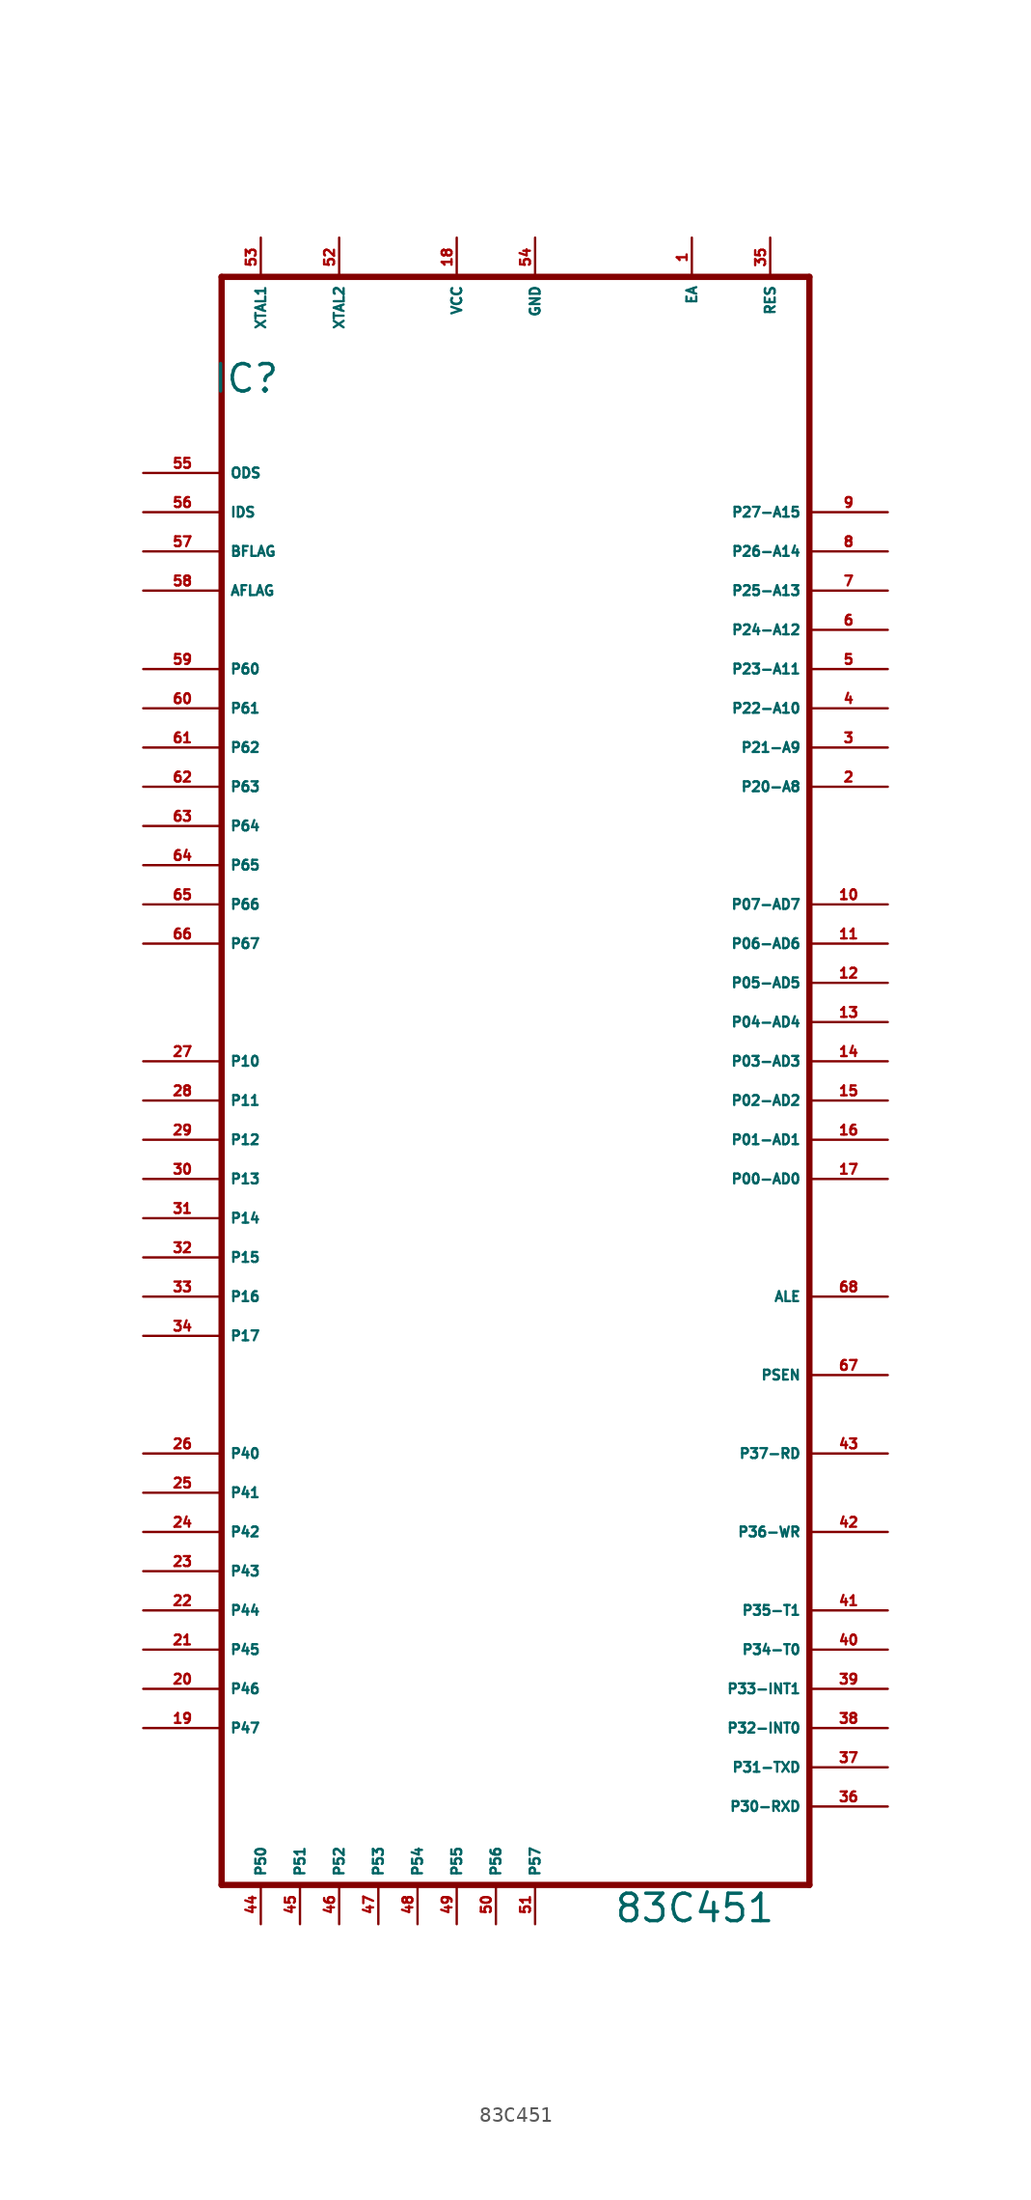
<source format=kicad_sym>
(kicad_symbol_lib
  (version 20220914)
  (generator Eagle2Kicad)
  (symbol "83C451"
    (property "Reference" "IC"
      (at -20.955 43.18 0)
      (effects (font (size 1.778 1.778) (thickness 0.22)) (justify left bottom)))
    (property "Value" "83C451"
      (at 5.08 -55.88 0)
      (effects (font (size 1.778 1.778) (thickness 0.22)) (justify left bottom)))
    (polyline
      (pts (xy 17.78 50.8) (xy 17.78 -53.34))
      (stroke (width 0.406) (type default))
      (fill (type none)))
    (polyline
      (pts (xy -20.32 -53.34) (xy 17.78 -53.34))
      (stroke (width 0.406) (type default))
      (fill (type none)))
    (polyline
      (pts (xy -20.32 -53.34) (xy -20.32 50.8))
      (stroke (width 0.406) (type default))
      (fill (type none)))
    (polyline
      (pts (xy 17.78 50.8) (xy -20.32 50.8))
      (stroke (width 0.406) (type default))
      (fill (type none)))
    (pin input line
      (at -12.7 53.34 270)
      (length 2.54)
      (name "XTAL2" (effects (font (size 0.635 0.635) (thickness 0.08)) (justify left bottom)))
      (number "52" (effects (font (size 0.635 0.635) (thickness 0.08)) (justify left bottom))))
    (pin input line
      (at -17.78 53.34 270)
      (length 2.54)
      (name "XTAL1" (effects (font (size 0.635 0.635) (thickness 0.08)) (justify left bottom)))
      (number "53" (effects (font (size 0.635 0.635) (thickness 0.08)) (justify left bottom))))
    (pin input line
      (at 10.16 53.34 270)
      (length 2.54)
      (name "EA" (effects (font (size 0.635 0.635) (thickness 0.08)) (justify left bottom)))
      (number "1" (effects (font (size 0.635 0.635) (thickness 0.08)) (justify left bottom))))
    (pin bidirectional line
      (at 22.86 35.56 180)
      (length 5.08)
      (name "P27-A15" (effects (font (size 0.635 0.635) (thickness 0.08)) (justify left bottom)))
      (number "9" (effects (font (size 0.635 0.635) (thickness 0.08)) (justify left bottom))))
    (pin bidirectional line
      (at 22.86 33.02 180)
      (length 5.08)
      (name "P26-A14" (effects (font (size 0.635 0.635) (thickness 0.08)) (justify left bottom)))
      (number "8" (effects (font (size 0.635 0.635) (thickness 0.08)) (justify left bottom))))
    (pin bidirectional line
      (at 22.86 30.48 180)
      (length 5.08)
      (name "P25-A13" (effects (font (size 0.635 0.635) (thickness 0.08)) (justify left bottom)))
      (number "7" (effects (font (size 0.635 0.635) (thickness 0.08)) (justify left bottom))))
    (pin bidirectional line
      (at 22.86 27.94 180)
      (length 5.08)
      (name "P24-A12" (effects (font (size 0.635 0.635) (thickness 0.08)) (justify left bottom)))
      (number "6" (effects (font (size 0.635 0.635) (thickness 0.08)) (justify left bottom))))
    (pin bidirectional line
      (at 22.86 25.4 180)
      (length 5.08)
      (name "P23-A11" (effects (font (size 0.635 0.635) (thickness 0.08)) (justify left bottom)))
      (number "5" (effects (font (size 0.635 0.635) (thickness 0.08)) (justify left bottom))))
    (pin bidirectional line
      (at 22.86 22.86 180)
      (length 5.08)
      (name "P22-A10" (effects (font (size 0.635 0.635) (thickness 0.08)) (justify left bottom)))
      (number "4" (effects (font (size 0.635 0.635) (thickness 0.08)) (justify left bottom))))
    (pin bidirectional line
      (at 22.86 20.32 180)
      (length 5.08)
      (name "P21-A9" (effects (font (size 0.635 0.635) (thickness 0.08)) (justify left bottom)))
      (number "3" (effects (font (size 0.635 0.635) (thickness 0.08)) (justify left bottom))))
    (pin bidirectional line
      (at 22.86 17.78 180)
      (length 5.08)
      (name "P20-A8" (effects (font (size 0.635 0.635) (thickness 0.08)) (justify left bottom)))
      (number "2" (effects (font (size 0.635 0.635) (thickness 0.08)) (justify left bottom))))
    (pin bidirectional line
      (at 22.86 10.16 180)
      (length 5.08)
      (name "P07-AD7" (effects (font (size 0.635 0.635) (thickness 0.08)) (justify left bottom)))
      (number "10" (effects (font (size 0.635 0.635) (thickness 0.08)) (justify left bottom))))
    (pin bidirectional line
      (at 22.86 7.62 180)
      (length 5.08)
      (name "P06-AD6" (effects (font (size 0.635 0.635) (thickness 0.08)) (justify left bottom)))
      (number "11" (effects (font (size 0.635 0.635) (thickness 0.08)) (justify left bottom))))
    (pin bidirectional line
      (at 22.86 5.08 180)
      (length 5.08)
      (name "P05-AD5" (effects (font (size 0.635 0.635) (thickness 0.08)) (justify left bottom)))
      (number "12" (effects (font (size 0.635 0.635) (thickness 0.08)) (justify left bottom))))
    (pin bidirectional line
      (at 22.86 2.54 180)
      (length 5.08)
      (name "P04-AD4" (effects (font (size 0.635 0.635) (thickness 0.08)) (justify left bottom)))
      (number "13" (effects (font (size 0.635 0.635) (thickness 0.08)) (justify left bottom))))
    (pin bidirectional line
      (at 22.86 0 180)
      (length 5.08)
      (name "P03-AD3" (effects (font (size 0.635 0.635) (thickness 0.08)) (justify left bottom)))
      (number "14" (effects (font (size 0.635 0.635) (thickness 0.08)) (justify left bottom))))
    (pin bidirectional line
      (at 22.86 -2.54 180)
      (length 5.08)
      (name "P02-AD2" (effects (font (size 0.635 0.635) (thickness 0.08)) (justify left bottom)))
      (number "15" (effects (font (size 0.635 0.635) (thickness 0.08)) (justify left bottom))))
    (pin bidirectional line
      (at 22.86 -5.08 180)
      (length 5.08)
      (name "P01-AD1" (effects (font (size 0.635 0.635) (thickness 0.08)) (justify left bottom)))
      (number "16" (effects (font (size 0.635 0.635) (thickness 0.08)) (justify left bottom))))
    (pin bidirectional line
      (at 22.86 -7.62 180)
      (length 5.08)
      (name "P00-AD0" (effects (font (size 0.635 0.635) (thickness 0.08)) (justify left bottom)))
      (number "17" (effects (font (size 0.635 0.635) (thickness 0.08)) (justify left bottom))))
    (pin output line
      (at 22.86 -15.24 180)
      (length 5.08)
      (name "ALE" (effects (font (size 0.635 0.635) (thickness 0.08)) (justify left bottom)))
      (number "68" (effects (font (size 0.635 0.635) (thickness 0.08)) (justify left bottom))))
    (pin output line
      (at 22.86 -20.32 180)
      (length 5.08)
      (name "PSEN" (effects (font (size 0.635 0.635) (thickness 0.08)) (justify left bottom)))
      (number "67" (effects (font (size 0.635 0.635) (thickness 0.08)) (justify left bottom))))
    (pin bidirectional line
      (at 22.86 -25.4 180)
      (length 5.08)
      (name "P37-RD" (effects (font (size 0.635 0.635) (thickness 0.08)) (justify left bottom)))
      (number "43" (effects (font (size 0.635 0.635) (thickness 0.08)) (justify left bottom))))
    (pin bidirectional line
      (at 22.86 -30.48 180)
      (length 5.08)
      (name "P36-WR" (effects (font (size 0.635 0.635) (thickness 0.08)) (justify left bottom)))
      (number "42" (effects (font (size 0.635 0.635) (thickness 0.08)) (justify left bottom))))
    (pin unspecified line
      (at -5.08 53.34 270)
      (length 2.54)
      (name "VCC" (effects (font (size 0.635 0.635) (thickness 0.08)) (justify left bottom)))
      (number "18" (effects (font (size 0.635 0.635) (thickness 0.08)) (justify left bottom))))
    (pin unspecified line
      (at 0 53.34 270)
      (length 2.54)
      (name "GND" (effects (font (size 0.635 0.635) (thickness 0.08)) (justify left bottom)))
      (number "54" (effects (font (size 0.635 0.635) (thickness 0.08)) (justify left bottom))))
    (pin bidirectional line
      (at -25.4 -2.54 0)
      (length 5.08)
      (name "P11" (effects (font (size 0.635 0.635) (thickness 0.08)) (justify left bottom)))
      (number "28" (effects (font (size 0.635 0.635) (thickness 0.08)) (justify left bottom))))
    (pin input line
      (at 15.24 53.34 270)
      (length 2.54)
      (name "RES" (effects (font (size 0.635 0.635) (thickness 0.08)) (justify left bottom)))
      (number "35" (effects (font (size 0.635 0.635) (thickness 0.08)) (justify left bottom))))
    (pin bidirectional line
      (at -25.4 -7.62 0)
      (length 5.08)
      (name "P13" (effects (font (size 0.635 0.635) (thickness 0.08)) (justify left bottom)))
      (number "30" (effects (font (size 0.635 0.635) (thickness 0.08)) (justify left bottom))))
    (pin bidirectional line
      (at -25.4 -10.16 0)
      (length 5.08)
      (name "P14" (effects (font (size 0.635 0.635) (thickness 0.08)) (justify left bottom)))
      (number "31" (effects (font (size 0.635 0.635) (thickness 0.08)) (justify left bottom))))
    (pin bidirectional line
      (at -25.4 -12.7 0)
      (length 5.08)
      (name "P15" (effects (font (size 0.635 0.635) (thickness 0.08)) (justify left bottom)))
      (number "32" (effects (font (size 0.635 0.635) (thickness 0.08)) (justify left bottom))))
    (pin bidirectional line
      (at -25.4 -15.24 0)
      (length 5.08)
      (name "P16" (effects (font (size 0.635 0.635) (thickness 0.08)) (justify left bottom)))
      (number "33" (effects (font (size 0.635 0.635) (thickness 0.08)) (justify left bottom))))
    (pin bidirectional line
      (at -25.4 -17.78 0)
      (length 5.08)
      (name "P17" (effects (font (size 0.635 0.635) (thickness 0.08)) (justify left bottom)))
      (number "34" (effects (font (size 0.635 0.635) (thickness 0.08)) (justify left bottom))))
    (pin bidirectional line
      (at 22.86 -48.26 180)
      (length 5.08)
      (name "P30-RXD" (effects (font (size 0.635 0.635) (thickness 0.08)) (justify left bottom)))
      (number "36" (effects (font (size 0.635 0.635) (thickness 0.08)) (justify left bottom))))
    (pin bidirectional line
      (at 22.86 -45.72 180)
      (length 5.08)
      (name "P31-TXD" (effects (font (size 0.635 0.635) (thickness 0.08)) (justify left bottom)))
      (number "37" (effects (font (size 0.635 0.635) (thickness 0.08)) (justify left bottom))))
    (pin bidirectional line
      (at 22.86 -43.18 180)
      (length 5.08)
      (name "P32-INT0" (effects (font (size 0.635 0.635) (thickness 0.08)) (justify left bottom)))
      (number "38" (effects (font (size 0.635 0.635) (thickness 0.08)) (justify left bottom))))
    (pin bidirectional line
      (at 22.86 -40.64 180)
      (length 5.08)
      (name "P33-INT1" (effects (font (size 0.635 0.635) (thickness 0.08)) (justify left bottom)))
      (number "39" (effects (font (size 0.635 0.635) (thickness 0.08)) (justify left bottom))))
    (pin bidirectional line
      (at 22.86 -38.1 180)
      (length 5.08)
      (name "P34-T0" (effects (font (size 0.635 0.635) (thickness 0.08)) (justify left bottom)))
      (number "40" (effects (font (size 0.635 0.635) (thickness 0.08)) (justify left bottom))))
    (pin bidirectional line
      (at 22.86 -35.56 180)
      (length 5.08)
      (name "P35-T1" (effects (font (size 0.635 0.635) (thickness 0.08)) (justify left bottom)))
      (number "41" (effects (font (size 0.635 0.635) (thickness 0.08)) (justify left bottom))))
    (pin bidirectional line
      (at -25.4 -5.08 0)
      (length 5.08)
      (name "P12" (effects (font (size 0.635 0.635) (thickness 0.08)) (justify left bottom)))
      (number "29" (effects (font (size 0.635 0.635) (thickness 0.08)) (justify left bottom))))
    (pin bidirectional line
      (at -25.4 0 0)
      (length 5.08)
      (name "P10" (effects (font (size 0.635 0.635) (thickness 0.08)) (justify left bottom)))
      (number "27" (effects (font (size 0.635 0.635) (thickness 0.08)) (justify left bottom))))
    (pin bidirectional line
      (at -2.54 -55.88 90)
      (length 2.54)
      (name "P56" (effects (font (size 0.635 0.635) (thickness 0.08)) (justify left bottom)))
      (number "50" (effects (font (size 0.635 0.635) (thickness 0.08)) (justify left bottom))))
    (pin bidirectional line
      (at -5.08 -55.88 90)
      (length 2.54)
      (name "P55" (effects (font (size 0.635 0.635) (thickness 0.08)) (justify left bottom)))
      (number "49" (effects (font (size 0.635 0.635) (thickness 0.08)) (justify left bottom))))
    (pin bidirectional line
      (at -7.62 -55.88 90)
      (length 2.54)
      (name "P54" (effects (font (size 0.635 0.635) (thickness 0.08)) (justify left bottom)))
      (number "48" (effects (font (size 0.635 0.635) (thickness 0.08)) (justify left bottom))))
    (pin bidirectional line
      (at -10.16 -55.88 90)
      (length 2.54)
      (name "P53" (effects (font (size 0.635 0.635) (thickness 0.08)) (justify left bottom)))
      (number "47" (effects (font (size 0.635 0.635) (thickness 0.08)) (justify left bottom))))
    (pin bidirectional line
      (at -12.7 -55.88 90)
      (length 2.54)
      (name "P52" (effects (font (size 0.635 0.635) (thickness 0.08)) (justify left bottom)))
      (number "46" (effects (font (size 0.635 0.635) (thickness 0.08)) (justify left bottom))))
    (pin bidirectional line
      (at -15.24 -55.88 90)
      (length 2.54)
      (name "P51" (effects (font (size 0.635 0.635) (thickness 0.08)) (justify left bottom)))
      (number "45" (effects (font (size 0.635 0.635) (thickness 0.08)) (justify left bottom))))
    (pin bidirectional line
      (at -17.78 -55.88 90)
      (length 2.54)
      (name "P50" (effects (font (size 0.635 0.635) (thickness 0.08)) (justify left bottom)))
      (number "44" (effects (font (size 0.635 0.635) (thickness 0.08)) (justify left bottom))))
    (pin bidirectional line
      (at -25.4 25.4 0)
      (length 5.08)
      (name "P60" (effects (font (size 0.635 0.635) (thickness 0.08)) (justify left bottom)))
      (number "59" (effects (font (size 0.635 0.635) (thickness 0.08)) (justify left bottom))))
    (pin bidirectional line
      (at -25.4 22.86 0)
      (length 5.08)
      (name "P61" (effects (font (size 0.635 0.635) (thickness 0.08)) (justify left bottom)))
      (number "60" (effects (font (size 0.635 0.635) (thickness 0.08)) (justify left bottom))))
    (pin bidirectional line
      (at -25.4 20.32 0)
      (length 5.08)
      (name "P62" (effects (font (size 0.635 0.635) (thickness 0.08)) (justify left bottom)))
      (number "61" (effects (font (size 0.635 0.635) (thickness 0.08)) (justify left bottom))))
    (pin bidirectional line
      (at -25.4 17.78 0)
      (length 5.08)
      (name "P63" (effects (font (size 0.635 0.635) (thickness 0.08)) (justify left bottom)))
      (number "62" (effects (font (size 0.635 0.635) (thickness 0.08)) (justify left bottom))))
    (pin bidirectional line
      (at -25.4 15.24 0)
      (length 5.08)
      (name "P64" (effects (font (size 0.635 0.635) (thickness 0.08)) (justify left bottom)))
      (number "63" (effects (font (size 0.635 0.635) (thickness 0.08)) (justify left bottom))))
    (pin bidirectional line
      (at -25.4 12.7 0)
      (length 5.08)
      (name "P65" (effects (font (size 0.635 0.635) (thickness 0.08)) (justify left bottom)))
      (number "64" (effects (font (size 0.635 0.635) (thickness 0.08)) (justify left bottom))))
    (pin bidirectional line
      (at -25.4 10.16 0)
      (length 5.08)
      (name "P66" (effects (font (size 0.635 0.635) (thickness 0.08)) (justify left bottom)))
      (number "65" (effects (font (size 0.635 0.635) (thickness 0.08)) (justify left bottom))))
    (pin bidirectional line
      (at -25.4 7.62 0)
      (length 5.08)
      (name "P67" (effects (font (size 0.635 0.635) (thickness 0.08)) (justify left bottom)))
      (number "66" (effects (font (size 0.635 0.635) (thickness 0.08)) (justify left bottom))))
    (pin bidirectional line
      (at -25.4 -25.4 0)
      (length 5.08)
      (name "P40" (effects (font (size 0.635 0.635) (thickness 0.08)) (justify left bottom)))
      (number "26" (effects (font (size 0.635 0.635) (thickness 0.08)) (justify left bottom))))
    (pin bidirectional line
      (at -25.4 -27.94 0)
      (length 5.08)
      (name "P41" (effects (font (size 0.635 0.635) (thickness 0.08)) (justify left bottom)))
      (number "25" (effects (font (size 0.635 0.635) (thickness 0.08)) (justify left bottom))))
    (pin bidirectional line
      (at -25.4 -30.48 0)
      (length 5.08)
      (name "P42" (effects (font (size 0.635 0.635) (thickness 0.08)) (justify left bottom)))
      (number "24" (effects (font (size 0.635 0.635) (thickness 0.08)) (justify left bottom))))
    (pin bidirectional line
      (at -25.4 -33.02 0)
      (length 5.08)
      (name "P43" (effects (font (size 0.635 0.635) (thickness 0.08)) (justify left bottom)))
      (number "23" (effects (font (size 0.635 0.635) (thickness 0.08)) (justify left bottom))))
    (pin bidirectional line
      (at -25.4 -35.56 0)
      (length 5.08)
      (name "P44" (effects (font (size 0.635 0.635) (thickness 0.08)) (justify left bottom)))
      (number "22" (effects (font (size 0.635 0.635) (thickness 0.08)) (justify left bottom))))
    (pin bidirectional line
      (at -25.4 -38.1 0)
      (length 5.08)
      (name "P45" (effects (font (size 0.635 0.635) (thickness 0.08)) (justify left bottom)))
      (number "21" (effects (font (size 0.635 0.635) (thickness 0.08)) (justify left bottom))))
    (pin bidirectional line
      (at -25.4 -40.64 0)
      (length 5.08)
      (name "P46" (effects (font (size 0.635 0.635) (thickness 0.08)) (justify left bottom)))
      (number "20" (effects (font (size 0.635 0.635) (thickness 0.08)) (justify left bottom))))
    (pin bidirectional line
      (at -25.4 -43.18 0)
      (length 5.08)
      (name "P47" (effects (font (size 0.635 0.635) (thickness 0.08)) (justify left bottom)))
      (number "19" (effects (font (size 0.635 0.635) (thickness 0.08)) (justify left bottom))))
    (pin bidirectional line
      (at 0 -55.88 90)
      (length 2.54)
      (name "P57" (effects (font (size 0.635 0.635) (thickness 0.08)) (justify left bottom)))
      (number "51" (effects (font (size 0.635 0.635) (thickness 0.08)) (justify left bottom))))
    (pin bidirectional line
      (at -25.4 30.48 0)
      (length 5.08)
      (name "AFLAG" (effects (font (size 0.635 0.635) (thickness 0.08)) (justify left bottom)))
      (number "58" (effects (font (size 0.635 0.635) (thickness 0.08)) (justify left bottom))))
    (pin bidirectional line
      (at -25.4 33.02 0)
      (length 5.08)
      (name "BFLAG" (effects (font (size 0.635 0.635) (thickness 0.08)) (justify left bottom)))
      (number "57" (effects (font (size 0.635 0.635) (thickness 0.08)) (justify left bottom))))
    (pin bidirectional line
      (at -25.4 35.56 0)
      (length 5.08)
      (name "IDS" (effects (font (size 0.635 0.635) (thickness 0.08)) (justify left bottom)))
      (number "56" (effects (font (size 0.635 0.635) (thickness 0.08)) (justify left bottom))))
    (pin bidirectional line
      (at -25.4 38.1 0)
      (length 5.08)
      (name "ODS" (effects (font (size 0.635 0.635) (thickness 0.08)) (justify left bottom)))
      (number "55" (effects (font (size 0.635 0.635) (thickness 0.08)) (justify left bottom))))))
</source>
